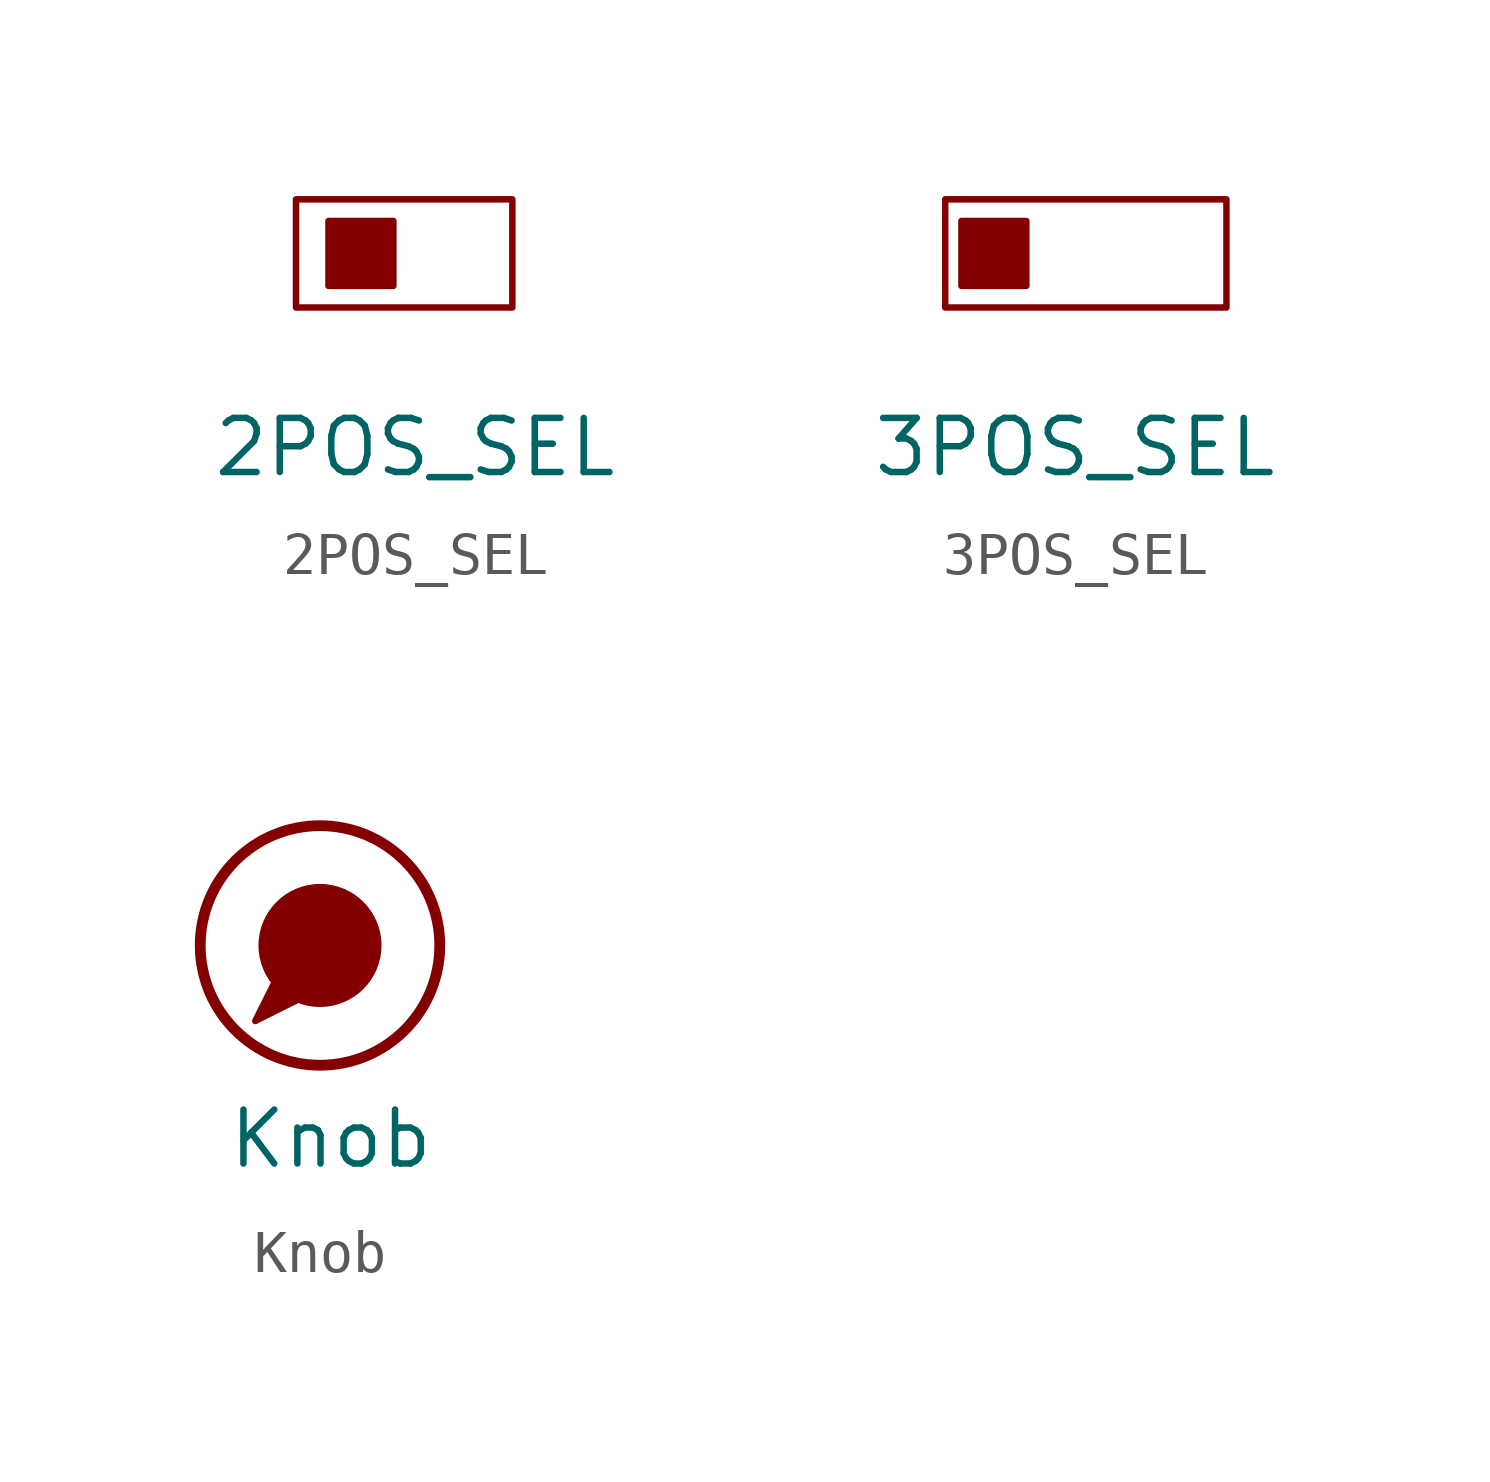
<source format=kicad_sym>
(kicad_symbol_lib
  (version 20220914)
  (generator kicad_symbol_editor)
  (symbol "2POS_SEL"
    (pin_names
      (offset 0) hide)
    (property "Reference" "SW"
      (at -4.064 3.81 0)
      (effects (font (size 1.27 1.27)) (justify left) hide))
    (property "Value" "2POS_SEL"
      (at -2.286 -3.81 0)
      (effects (font (size 1.27 1.27)) (justify top)))
    (symbol "2POS_SEL_0_1"
      (rectangle (start -5.08 1.27) (end 0 -1.27) (stroke (width 0) (type solid)) (fill (type none)))
      (rectangle (start -4.318 0.762) (end -2.794 -0.762) (stroke (width 0) (type solid)) (fill (type outline)))))
  (symbol "3POS_SEL"
    (pin_names
      (offset 0) hide)
    (property "Reference" "SW"
      (at -4.064 3.81 0)
      (effects (font (size 1.27 1.27)) (justify left) hide))
    (property "Value" "3POS_SEL"
      (at -2.286 -3.81 0)
      (effects (font (size 1.27 1.27)) (justify top)))
    (symbol "3POS_SEL_0_1"
      (rectangle (start -5.334 1.27) (end 1.27 -1.27) (stroke (width 0) (type solid)) (fill (type none)))
      (rectangle (start -4.953 0.762) (end -3.429 -0.762) (stroke (width 0) (type solid)) (fill (type outline)))))
  (symbol "Knob"
    (pin_names
      (offset 0) hide)
    (property "Reference" "RV"
      (at -4.064 3.81 0)
      (effects (font (size 1.27 1.27)) (justify left) hide))
    (property "Value" "Knob"
      (at -2.286 -3.81 0)
      (effects (font (size 1.27 1.27)) (justify top)))
    (symbol "Knob_0_1"
      (circle (center -2.54 0) (radius 1.372) (stroke (width 0) (type solid)) (fill (type outline)))
      (circle (center -2.54 0) (radius 2.819) (stroke (width 0.254) (type solid)) (fill (type none)))
      (polyline (pts (xy -3.048 -1.27) (xy -3.556 -0.762) (xy -4.064 -1.778) (xy -3.048 -1.27) (xy -3.048 -1.27)) (stroke (width 0) (type solid)) (fill (type outline))))))
</source>
